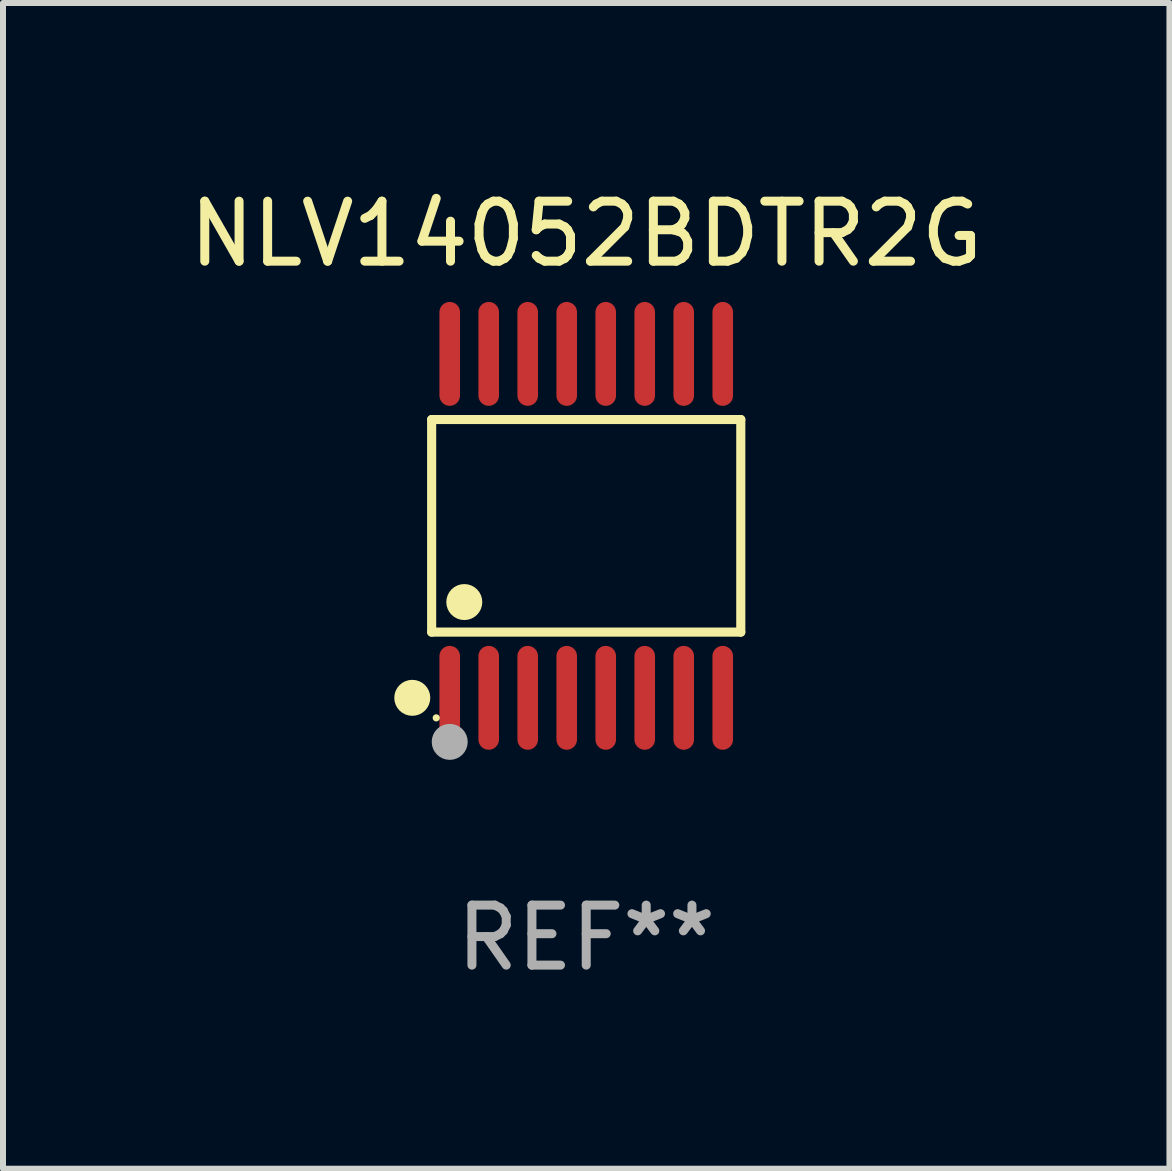
<source format=kicad_pcb>
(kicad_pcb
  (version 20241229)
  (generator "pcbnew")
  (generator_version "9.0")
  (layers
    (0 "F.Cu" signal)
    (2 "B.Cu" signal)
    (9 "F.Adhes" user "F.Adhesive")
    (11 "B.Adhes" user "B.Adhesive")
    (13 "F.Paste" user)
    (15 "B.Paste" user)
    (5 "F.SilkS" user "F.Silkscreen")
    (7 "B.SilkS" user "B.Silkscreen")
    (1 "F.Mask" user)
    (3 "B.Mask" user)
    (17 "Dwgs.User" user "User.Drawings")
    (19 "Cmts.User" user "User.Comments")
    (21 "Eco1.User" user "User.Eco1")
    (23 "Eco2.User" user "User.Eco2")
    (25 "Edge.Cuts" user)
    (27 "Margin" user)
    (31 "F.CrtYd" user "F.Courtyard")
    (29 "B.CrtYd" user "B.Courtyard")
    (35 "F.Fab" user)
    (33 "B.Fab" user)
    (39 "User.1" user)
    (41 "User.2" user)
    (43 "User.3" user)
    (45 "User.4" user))
  (footprint "NLV14052BDTR2G"
    (layer "F.Cu")
    (at 6.72 5.714)
    (property "Reference" "NLV14052BDTR2G" (at 0 -4.866 0) (layer "F.SilkS") (effects (font (size 1 1) (thickness 0.15))))
    (attr through_hole)
    (fp_line (start -2.576 -1.772) (end 2.576 -1.772) (stroke (width 0.152) (type solid)) (layer "F.SilkS"))
    (fp_line (start -2.576 1.771) (end -2.576 -1.772) (stroke (width 0.152) (type solid)) (layer "F.SilkS"))
    (fp_line (start 2.576 -1.772) (end 2.576 1.771) (stroke (width 0.152) (type solid)) (layer "F.SilkS"))
    (fp_line (start 2.576 1.771) (end -2.576 1.771) (stroke (width 0.152) (type solid)) (layer "F.SilkS"))
    (fp_circle (center -2.899 2.866) (end -2.749 2.866) (stroke (width 0.3) (type solid)) (fill no) (layer "F.SilkS"))
    (fp_circle (center -2.5 3.2) (end -2.47 3.2) (stroke (width 0.06) (type solid)) (fill no) (layer "F.SilkS"))
    (fp_circle (center -2.032 1.27) (end -1.882 1.27) (stroke (width 0.3) (type solid)) (fill no) (layer "F.SilkS"))
    (fp_circle (center -2.275 3.6) (end -2.125 3.6) (stroke (width 0.3) (type solid)) (fill no) (layer "F.Fab"))
    (fp_text user "REF**" (at 0 6.866 0) (layer "F.Fab") (effects (font (size 1 1) (thickness 0.15))))
    (pad "1" smd oval (at -2.275 2.866) (size 0.343 1.731) (layers "F.Cu" "F.Mask" "F.Paste"))
    (pad "2" smd oval (at -1.625 2.866) (size 0.343 1.731) (layers "F.Cu" "F.Mask" "F.Paste"))
    (pad "3" smd oval (at -0.975 2.866) (size 0.343 1.731) (layers "F.Cu" "F.Mask" "F.Paste"))
    (pad "4" smd oval (at -0.325 2.866) (size 0.343 1.731) (layers "F.Cu" "F.Mask" "F.Paste"))
    (pad "5" smd oval (at 0.325 2.866) (size 0.343 1.731) (layers "F.Cu" "F.Mask" "F.Paste"))
    (pad "6" smd oval (at 0.975 2.866) (size 0.343 1.731) (layers "F.Cu" "F.Mask" "F.Paste"))
    (pad "7" smd oval (at 1.625 2.866) (size 0.343 1.731) (layers "F.Cu" "F.Mask" "F.Paste"))
    (pad "8" smd oval (at 2.275 2.866) (size 0.343 1.731) (layers "F.Cu" "F.Mask" "F.Paste"))
    (pad "9" smd oval (at 2.275 -2.866) (size 0.343 1.731) (layers "F.Cu" "F.Mask" "F.Paste"))
    (pad "10" smd oval (at 1.625 -2.866) (size 0.343 1.731) (layers "F.Cu" "F.Mask" "F.Paste"))
    (pad "11" smd oval (at 0.975 -2.866) (size 0.343 1.731) (layers "F.Cu" "F.Mask" "F.Paste"))
    (pad "12" smd oval (at 0.325 -2.866) (size 0.343 1.731) (layers "F.Cu" "F.Mask" "F.Paste"))
    (pad "13" smd oval (at -0.325 -2.866) (size 0.343 1.731) (layers "F.Cu" "F.Mask" "F.Paste"))
    (pad "14" smd oval (at -0.975 -2.866) (size 0.343 1.731) (layers "F.Cu" "F.Mask" "F.Paste"))
    (pad "15" smd oval (at -1.625 -2.866) (size 0.343 1.731) (layers "F.Cu" "F.Mask" "F.Paste"))
    (pad "16" smd oval (at -2.275 -2.866) (size 0.343 1.731) (layers "F.Cu" "F.Mask" "F.Paste")))
  (gr_rect
    (start -3 -3)
    (end 16.44 16.428)
    (stroke (width 0.1) (type default))
    (fill no)
    (layer "Edge.Cuts")))
</source>
